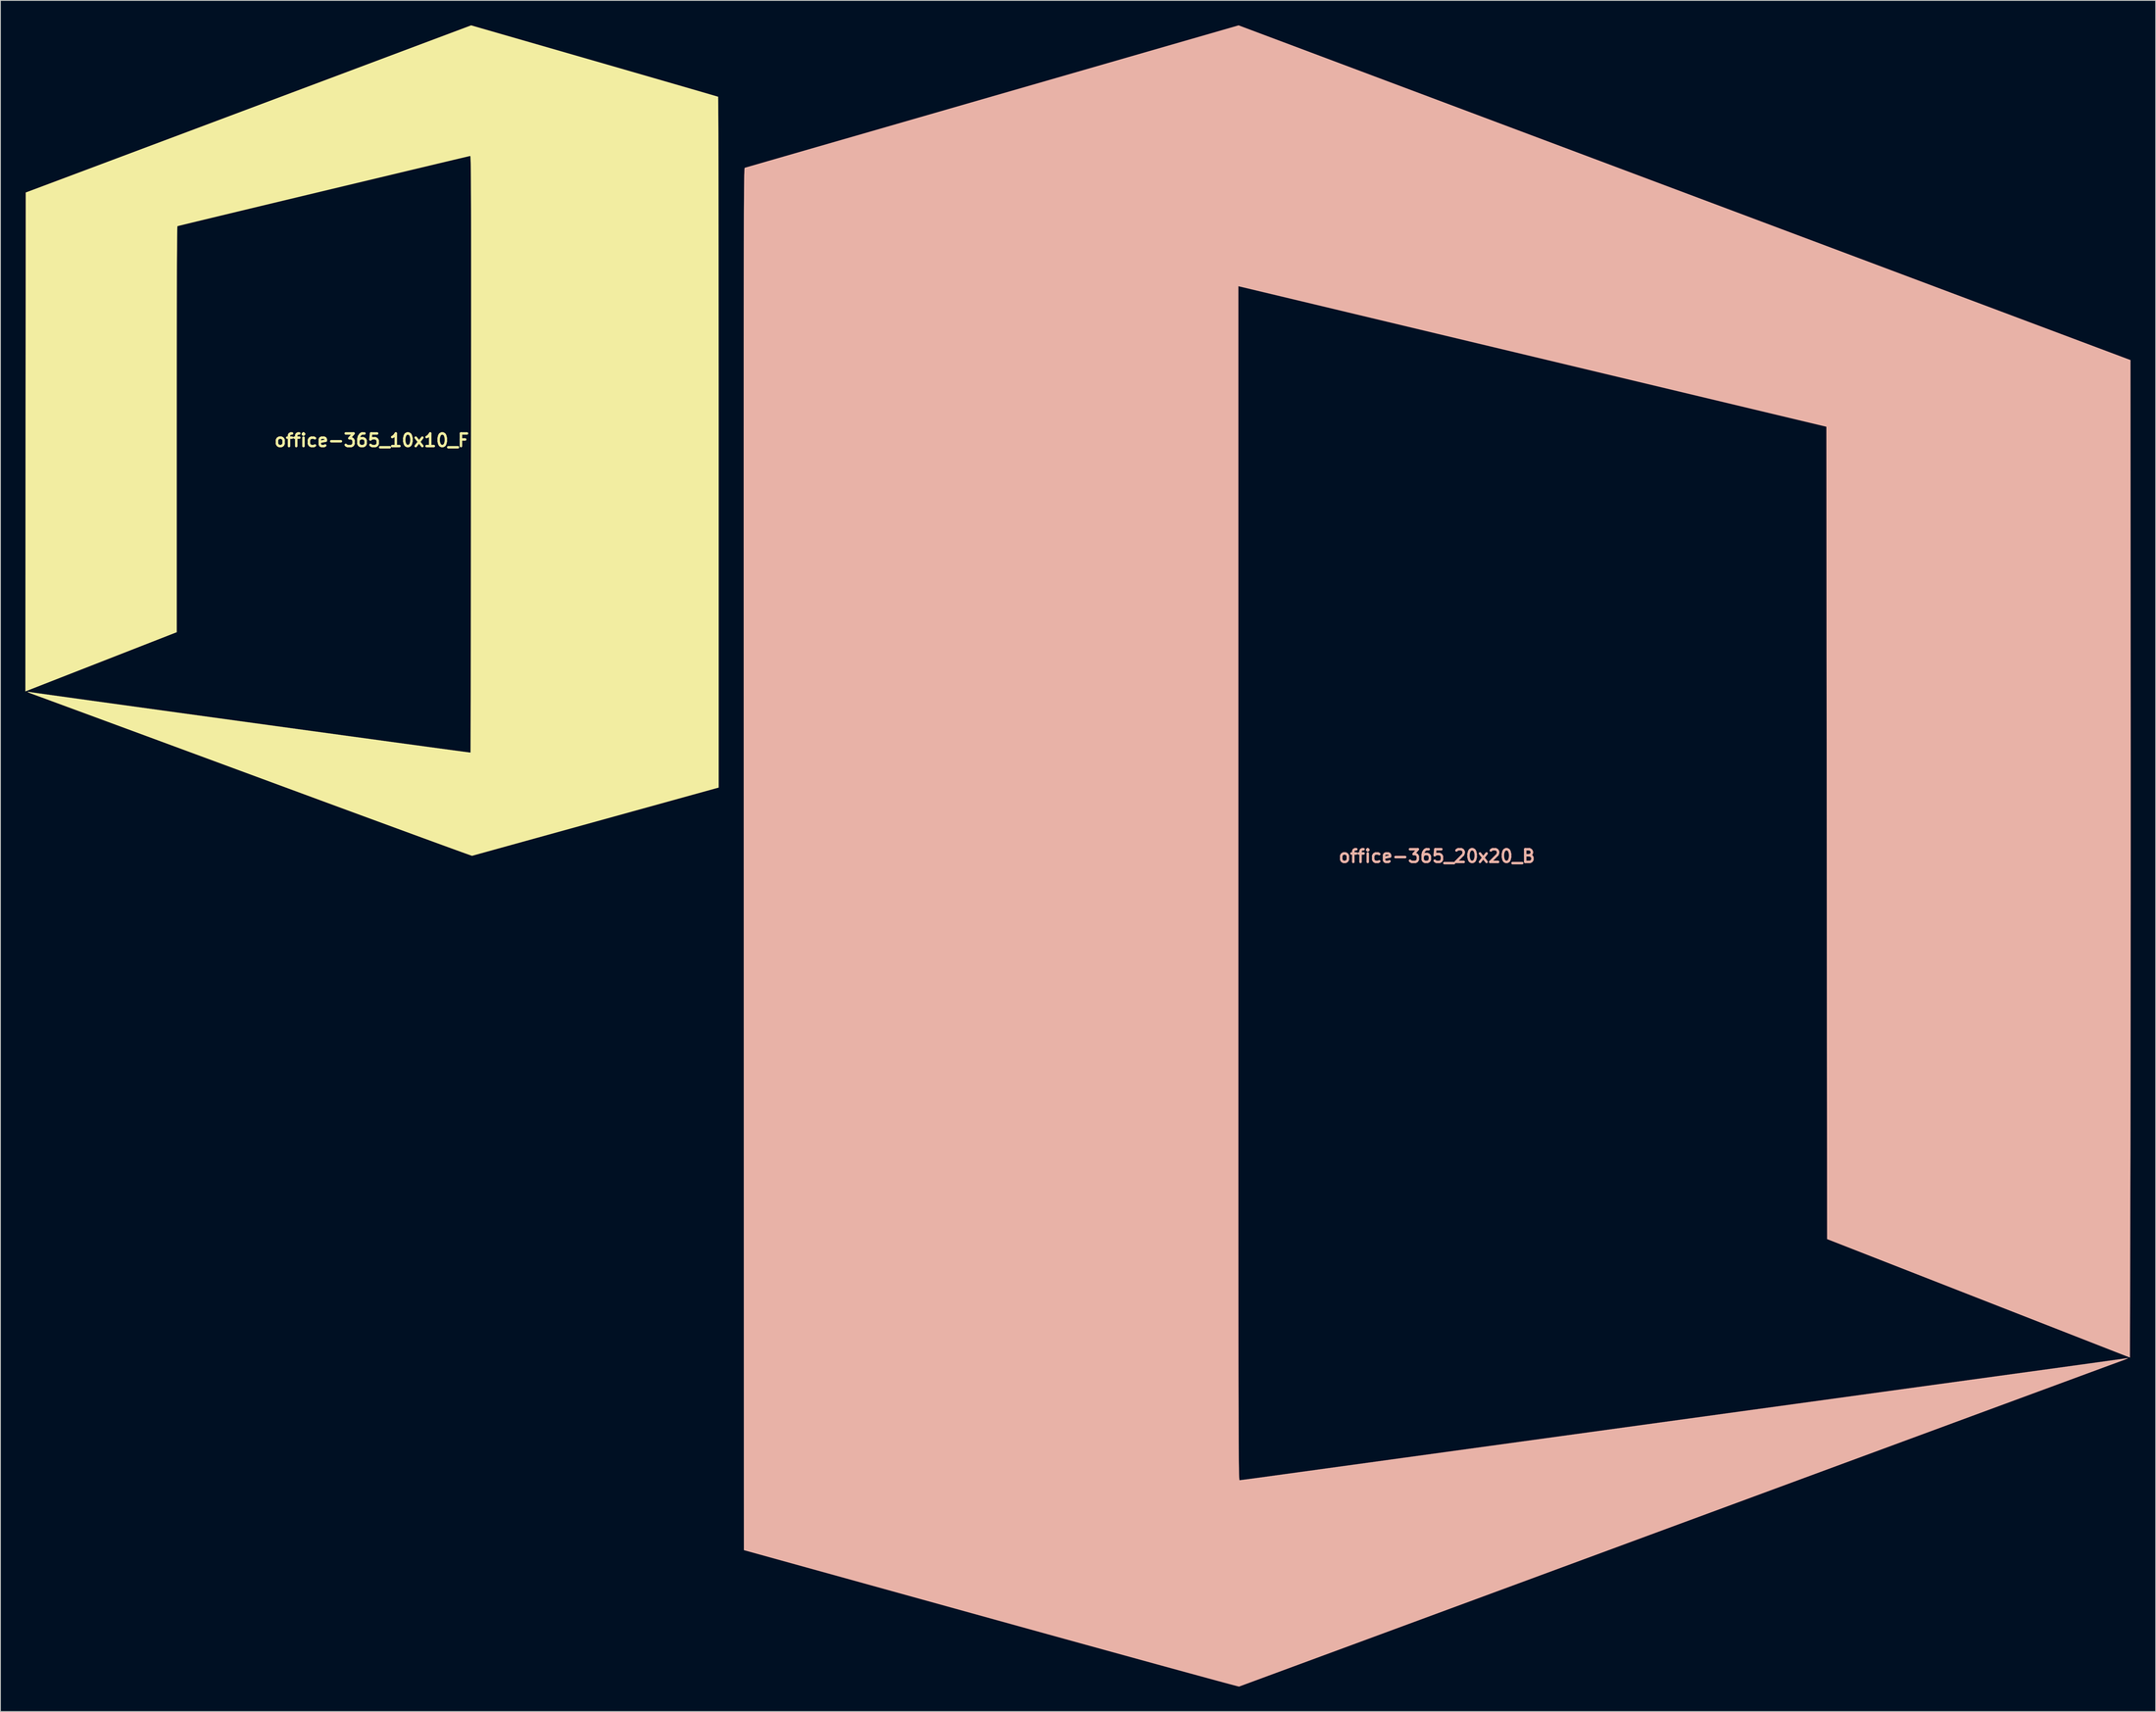
<source format=kicad_pcb>
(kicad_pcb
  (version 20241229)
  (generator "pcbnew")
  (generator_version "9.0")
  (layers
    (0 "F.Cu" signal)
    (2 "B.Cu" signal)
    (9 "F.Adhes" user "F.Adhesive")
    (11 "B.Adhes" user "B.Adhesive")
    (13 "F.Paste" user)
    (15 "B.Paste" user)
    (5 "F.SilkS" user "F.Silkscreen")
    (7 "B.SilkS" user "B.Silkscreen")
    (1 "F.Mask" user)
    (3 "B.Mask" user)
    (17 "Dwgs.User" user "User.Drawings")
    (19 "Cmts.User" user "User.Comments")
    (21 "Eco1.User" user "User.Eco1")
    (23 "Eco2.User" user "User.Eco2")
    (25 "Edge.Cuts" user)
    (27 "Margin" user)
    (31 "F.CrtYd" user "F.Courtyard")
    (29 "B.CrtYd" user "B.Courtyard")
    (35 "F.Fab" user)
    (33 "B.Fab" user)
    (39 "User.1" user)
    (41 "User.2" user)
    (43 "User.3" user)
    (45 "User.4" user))
  (footprint "office-365_10x10_F"
    (layer "F.Cu")
    (at 41.661 49.945)
    (property "Reference" "office-365_10x10_F" (at 0 0 0) (layer "F.SilkS") (effects (font (size 1.524 1.524) (thickness 0.3))))
    (attr through_hole)
    (fp_poly (pts (xy 26.789 -45.663) (xy 28.33 -45.218) (xy 29.828 -44.786) (xy 31.273 -44.368) (xy 32.659 -43.968) (xy 33.978 -43.586) (xy 35.22 -43.227) (xy 36.377 -42.892) (xy 37.443 -42.583) (xy 38.408 -42.303) (xy 39.265 -42.054) (xy 40.004 -41.839) (xy 40.62 -41.659) (xy 41.102 -41.518) (xy 41.443 -41.418) (xy 41.635 -41.36) (xy 41.677 -41.347) (xy 41.681 -41.26) (xy 41.685 -41.01) (xy 41.689 -40.6) (xy 41.693 -40.037) (xy 41.696 -39.324) (xy 41.7 -38.468) (xy 41.704 -37.473) (xy 41.707 -36.345) (xy 41.71 -35.089) (xy 41.714 -33.709) (xy 41.717 -32.211) (xy 41.72 -30.6) (xy 41.722 -28.881) (xy 41.725 -27.06) (xy 41.727 -25.141) (xy 41.73 -23.129) (xy 41.732 -21.031) (xy 41.733 -18.849) (xy 41.735 -16.591) (xy 41.737 -14.261) (xy 41.738 -11.864) (xy 41.739 -9.405) (xy 41.74 -6.89) (xy 41.74 -4.323) (xy 41.741 -1.71) (xy 41.741 0.238) (xy 41.741 41.783) (xy 26.961 45.873) (xy 25.419 46.3) (xy 23.921 46.714) (xy 22.474 47.115) (xy 21.087 47.499) (xy 19.768 47.864) (xy 18.525 48.208) (xy 17.367 48.529) (xy 16.301 48.824) (xy 15.335 49.091) (xy 14.479 49.328) (xy 13.74 49.533) (xy 13.126 49.703) (xy 12.646 49.836) (xy 12.307 49.93) (xy 12.119 49.983) (xy 12.081 49.994) (xy 11.994 49.967) (xy 11.755 49.884) (xy 11.369 49.746) (xy 10.842 49.556) (xy 10.179 49.316) (xy 9.388 49.028) (xy 8.473 48.695) (xy 7.441 48.318) (xy 6.297 47.899) (xy 5.048 47.441) (xy 3.699 46.946) (xy 2.257 46.416) (xy 0.727 45.854) (xy -0.885 45.261) (xy -2.573 44.639) (xy -4.331 43.992) (xy -6.153 43.32) (xy -8.033 42.626) (xy -9.965 41.913) (xy -11.944 41.183) (xy -13.885 40.465) (xy -15.911 39.717) (xy -17.9 38.982) (xy -19.845 38.263) (xy -21.741 37.563) (xy -23.582 36.883) (xy -25.362 36.225) (xy -27.074 35.593) (xy -28.712 34.988) (xy -30.271 34.413) (xy -31.744 33.869) (xy -33.124 33.359) (xy -34.406 32.886) (xy -35.584 32.452) (xy -36.652 32.058) (xy -37.603 31.707) (xy -38.431 31.402) (xy -39.131 31.144) (xy -39.695 30.936) (xy -40.119 30.781) (xy -40.395 30.68) (xy -40.513 30.637) (xy -40.853 30.512) (xy -41.134 30.401) (xy -41.316 30.318) (xy -41.36 30.292) (xy -41.381 30.246) (xy -41.317 30.261) (xy -41.223 30.277) (xy -40.969 30.315) (xy -40.563 30.373) (xy -40.012 30.451) (xy -39.326 30.547) (xy -38.51 30.661) (xy -37.574 30.792) (xy -36.524 30.938) (xy -35.368 31.099) (xy -34.114 31.273) (xy -32.77 31.459) (xy -31.344 31.656) (xy -29.842 31.864) (xy -28.273 32.081) (xy -26.645 32.305) (xy -24.965 32.537) (xy -23.24 32.775) (xy -21.48 33.017) (xy -19.69 33.264) (xy -17.88 33.513) (xy -16.056 33.764) (xy -14.226 34.016) (xy -12.399 34.267) (xy -10.581 34.517) (xy -8.781 34.764) (xy -7.005 35.007) (xy -5.263 35.246) (xy -3.561 35.48) (xy -1.908 35.706) (xy -0.31 35.925) (xy 1.224 36.135) (xy 2.687 36.335) (xy 4.071 36.524) (xy 5.368 36.7) (xy 6.57 36.864) (xy 7.671 37.014) (xy 8.662 37.148) (xy 9.535 37.266) (xy 10.283 37.367) (xy 10.898 37.45) (xy 11.373 37.512) (xy 11.699 37.555) (xy 11.87 37.576) (xy 11.894 37.578) (xy 11.896 37.492) (xy 11.898 37.243) (xy 11.9 36.835) (xy 11.902 36.274) (xy 11.904 35.566) (xy 11.907 34.716) (xy 11.909 33.731) (xy 11.911 32.614) (xy 11.914 31.372) (xy 11.916 30.01) (xy 11.919 28.534) (xy 11.921 26.95) (xy 11.924 25.262) (xy 11.927 23.476) (xy 11.929 21.598) (xy 11.932 19.634) (xy 11.934 17.588) (xy 11.937 15.467) (xy 11.939 13.276) (xy 11.942 11.02) (xy 11.944 8.705) (xy 11.946 6.336) (xy 11.948 3.919) (xy 11.95 1.651) (xy 11.953 -1.309) (xy 11.955 -4.104) (xy 11.957 -6.739) (xy 11.959 -9.219) (xy 11.96 -11.548) (xy 11.961 -13.73) (xy 11.962 -15.771) (xy 11.962 -17.675) (xy 11.962 -19.446) (xy 11.962 -21.089) (xy 11.962 -22.609) (xy 11.961 -24.011) (xy 11.96 -25.298) (xy 11.958 -26.476) (xy 11.956 -27.549) (xy 11.953 -28.522) (xy 11.95 -29.4) (xy 11.947 -30.186) (xy 11.943 -30.886) (xy 11.939 -31.504) (xy 11.934 -32.045) (xy 11.929 -32.514) (xy 11.923 -32.914) (xy 11.917 -33.251) (xy 11.91 -33.53) (xy 11.903 -33.754) (xy 11.895 -33.929) (xy 11.887 -34.059) (xy 11.878 -34.148) (xy 11.868 -34.202) (xy 11.858 -34.225) (xy 11.853 -34.227) (xy 11.742 -34.202) (xy 11.477 -34.141) (xy 11.067 -34.044) (xy 10.522 -33.915) (xy 9.85 -33.756) (xy 9.06 -33.568) (xy 8.163 -33.355) (xy 7.167 -33.117) (xy 6.082 -32.858) (xy 4.916 -32.58) (xy 3.68 -32.284) (xy 2.381 -31.973) (xy 1.03 -31.65) (xy -0.365 -31.316) (xy -1.793 -30.974) (xy -3.247 -30.626) (xy -4.716 -30.274) (xy -6.192 -29.92) (xy -7.665 -29.566) (xy -9.127 -29.216) (xy -10.567 -28.87) (xy -11.976 -28.532) (xy -13.346 -28.203) (xy -14.668 -27.885) (xy -15.931 -27.581) (xy -17.126 -27.294) (xy -18.246 -27.024) (xy -19.279 -26.775) (xy -20.218 -26.548) (xy -21.052 -26.347) (xy -21.773 -26.172) (xy -22.372 -26.027) (xy -22.838 -25.913) (xy -23.164 -25.833) (xy -23.339 -25.789) (xy -23.368 -25.781) (xy -23.378 -25.69) (xy -23.387 -25.431) (xy -23.395 -25.003) (xy -23.403 -24.407) (xy -23.41 -23.643) (xy -23.417 -22.712) (xy -23.423 -21.615) (xy -23.429 -20.351) (xy -23.434 -18.921) (xy -23.438 -17.326) (xy -23.442 -15.566) (xy -23.445 -13.642) (xy -23.448 -11.553) (xy -23.45 -9.3) (xy -23.451 -6.885) (xy -23.452 -4.306) (xy -23.453 -1.566) (xy -23.453 -1.322) (xy -23.453 23.084) (xy -30.459 25.824) (xy -31.555 26.253) (xy -32.648 26.681) (xy -33.722 27.101) (xy -34.76 27.507) (xy -35.747 27.893) (xy -36.667 28.253) (xy -37.502 28.58) (xy -38.237 28.868) (xy -38.857 29.11) (xy -39.344 29.301) (xy -39.561 29.386) (xy -41.656 30.207) (xy -41.635 0.191) (xy -41.614 -29.825) (xy -14.824 -39.882) (xy 11.965 -49.94) (xy 26.789 -45.663)) (stroke (width 0.01) (type solid)) (fill yes) (layer "F.SilkS")))
  (footprint "office-365_20x20_B"
    (layer "F.Cu")
    (at 169.796 99.986)
    (property "Reference" "office-365_20x20_B" (at 0 0 0) (layer "B.SilkS") (effects (font (size 1.524 1.524) (thickness 0.3))))
    (attr through_hole)
    (fp_poly (pts (xy 29.796 -79.842) (xy 83.439 -59.702) (xy 83.465 -23.565) (xy 83.467 -20.834) (xy 83.469 -18.027) (xy 83.47 -15.157) (xy 83.471 -12.234) (xy 83.471 -9.271) (xy 83.471 -6.278) (xy 83.471 -3.268) (xy 83.471 -0.251) (xy 83.47 2.76) (xy 83.469 5.754) (xy 83.467 8.72) (xy 83.466 11.645) (xy 83.464 14.519) (xy 83.461 17.329) (xy 83.459 20.064) (xy 83.456 22.714) (xy 83.453 25.265) (xy 83.45 27.706) (xy 83.446 30.027) (xy 83.443 32.215) (xy 83.439 34.259) (xy 83.435 36.146) (xy 83.434 36.454) (xy 83.376 60.336) (xy 46.948 46.081) (xy 46.905 -2.802) (xy 46.863 -51.684) (xy 11.726 -60.085) (xy 9.328 -60.659) (xy 6.97 -61.223) (xy 4.659 -61.775) (xy 2.399 -62.316) (xy 0.196 -62.842) (xy -1.944 -63.354) (xy -4.016 -63.849) (xy -6.015 -64.327) (xy -7.935 -64.786) (xy -9.772 -65.225) (xy -11.519 -65.643) (xy -13.171 -66.038) (xy -14.723 -66.409) (xy -16.169 -66.755) (xy -17.505 -67.074) (xy -18.724 -67.365) (xy -19.821 -67.628) (xy -20.792 -67.859) (xy -21.63 -68.06) (xy -22.33 -68.227) (xy -22.886 -68.36) (xy -23.295 -68.457) (xy -23.549 -68.518) (xy -23.643 -68.54) (xy -23.876 -68.593) (xy -23.876 3.253) (xy -23.876 7.446) (xy -23.876 11.474) (xy -23.876 15.338) (xy -23.876 19.044) (xy -23.876 22.593) (xy -23.875 25.99) (xy -23.875 29.237) (xy -23.875 32.339) (xy -23.874 35.298) (xy -23.874 38.117) (xy -23.873 40.801) (xy -23.873 43.353) (xy -23.872 45.775) (xy -23.871 48.071) (xy -23.87 50.244) (xy -23.869 52.299) (xy -23.868 54.237) (xy -23.866 56.063) (xy -23.865 57.78) (xy -23.863 59.391) (xy -23.861 60.899) (xy -23.859 62.309) (xy -23.857 63.622) (xy -23.855 64.843) (xy -23.852 65.975) (xy -23.849 67.021) (xy -23.847 67.985) (xy -23.843 68.87) (xy -23.84 69.679) (xy -23.837 70.415) (xy -23.833 71.083) (xy -23.829 71.684) (xy -23.825 72.223) (xy -23.82 72.704) (xy -23.815 73.128) (xy -23.81 73.5) (xy -23.805 73.824) (xy -23.799 74.101) (xy -23.794 74.336) (xy -23.788 74.532) (xy -23.781 74.693) (xy -23.774 74.821) (xy -23.767 74.92) (xy -23.76 74.994) (xy -23.752 75.045) (xy -23.744 75.078) (xy -23.736 75.095) (xy -23.728 75.099) (xy -23.612 75.088) (xy -23.349 75.056) (xy -22.957 75.006) (xy -22.457 74.94) (xy -21.867 74.861) (xy -21.209 74.772) (xy -20.501 74.675) (xy -20.489 74.674) (xy -19.999 74.606) (xy -19.353 74.517) (xy -18.563 74.408) (xy -17.642 74.282) (xy -16.601 74.138) (xy -15.452 73.98) (xy -14.208 73.809) (xy -12.881 73.626) (xy -11.482 73.434) (xy -10.024 73.233) (xy -8.519 73.026) (xy -6.978 72.814) (xy -5.414 72.598) (xy -3.839 72.381) (xy -2.265 72.165) (xy -0.704 71.95) (xy 0.832 71.738) (xy 2.331 71.532) (xy 3.782 71.332) (xy 5.17 71.141) (xy 6.486 70.96) (xy 7.717 70.791) (xy 8.85 70.635) (xy 9.874 70.494) (xy 9.948 70.484) (xy 11.383 70.286) (xy 12.972 70.068) (xy 14.699 69.83) (xy 16.553 69.575) (xy 18.517 69.304) (xy 20.578 69.021) (xy 22.722 68.726) (xy 24.935 68.421) (xy 27.202 68.109) (xy 29.51 67.791) (xy 31.843 67.47) (xy 34.189 67.147) (xy 36.533 66.824) (xy 38.86 66.504) (xy 41.157 66.188) (xy 43.41 65.878) (xy 45 65.659) (xy 46.52 65.45) (xy 48.184 65.221) (xy 49.97 64.975) (xy 51.854 64.716) (xy 53.815 64.446) (xy 55.828 64.169) (xy 57.871 63.888) (xy 59.92 63.606) (xy 61.954 63.327) (xy 63.948 63.052) (xy 65.88 62.787) (xy 67.727 62.533) (xy 69.466 62.294) (xy 69.638 62.27) (xy 71.116 62.067) (xy 72.549 61.87) (xy 73.929 61.68) (xy 75.246 61.498) (xy 76.491 61.326) (xy 77.655 61.165) (xy 78.73 61.016) (xy 79.706 60.881) (xy 80.573 60.76) (xy 81.323 60.655) (xy 81.947 60.568) (xy 82.436 60.499) (xy 82.78 60.45) (xy 82.97 60.422) (xy 83.007 60.416) (xy 83.132 60.395) (xy 83.121 60.423) (xy 82.995 60.49) (xy 82.774 60.584) (xy 82.481 60.696) (xy 82.381 60.731) (xy 82.267 60.772) (xy 81.998 60.871) (xy 81.58 61.025) (xy 81.014 61.233) (xy 80.307 61.493) (xy 79.462 61.805) (xy 78.483 62.165) (xy 77.375 62.574) (xy 76.142 63.029) (xy 74.787 63.529) (xy 73.316 64.072) (xy 71.731 64.656) (xy 70.039 65.281) (xy 68.242 65.944) (xy 66.344 66.644) (xy 64.351 67.38) (xy 62.266 68.15) (xy 60.094 68.952) (xy 57.838 69.784) (xy 55.503 70.646) (xy 53.094 71.536) (xy 50.613 72.452) (xy 48.066 73.392) (xy 45.456 74.356) (xy 42.788 75.341) (xy 40.067 76.346) (xy 37.295 77.37) (xy 34.478 78.41) (xy 31.62 79.466) (xy 29.041 80.418) (xy 26.153 81.485) (xy 23.304 82.537) (xy 20.498 83.574) (xy 17.739 84.593) (xy 15.032 85.592) (xy 12.381 86.572) (xy 9.79 87.529) (xy 7.262 88.462) (xy 4.803 89.371) (xy 2.415 90.252) (xy 0.104 91.106) (xy -2.126 91.93) (xy -4.272 92.722) (xy -6.329 93.482) (xy -8.293 94.207) (xy -10.161 94.897) (xy -11.926 95.549) (xy -13.587 96.162) (xy -15.138 96.735) (xy -16.576 97.266) (xy -17.896 97.753) (xy -19.093 98.196) (xy -20.165 98.591) (xy -21.107 98.939) (xy -21.914 99.237) (xy -22.583 99.484) (xy -23.11 99.679) (xy -23.489 99.819) (xy -23.718 99.903) (xy -23.791 99.93) (xy -23.881 99.911) (xy -24.129 99.848) (xy -24.528 99.743) (xy -25.073 99.598) (xy -25.758 99.414) (xy -26.578 99.192) (xy -27.526 98.934) (xy -28.597 98.642) (xy -29.785 98.318) (xy -31.085 97.962) (xy -32.49 97.577) (xy -33.995 97.164) (xy -35.594 96.725) (xy -37.282 96.26) (xy -39.052 95.773) (xy -40.899 95.264) (xy -42.817 94.735) (xy -44.8 94.188) (xy -46.843 93.623) (xy -48.939 93.044) (xy -51.084 92.45) (xy -53.271 91.845) (xy -53.636 91.743) (xy -83.354 83.512) (xy -83.376 0.36) (xy -83.377 -4.158) (xy -83.378 -8.509) (xy -83.379 -12.698) (xy -83.38 -16.726) (xy -83.381 -20.597) (xy -83.381 -24.315) (xy -83.382 -27.881) (xy -83.383 -31.301) (xy -83.383 -34.576) (xy -83.384 -37.709) (xy -83.384 -40.704) (xy -83.384 -43.564) (xy -83.384 -46.292) (xy -83.384 -48.891) (xy -83.384 -51.365) (xy -83.383 -53.715) (xy -83.383 -55.946) (xy -83.382 -58.061) (xy -83.382 -60.062) (xy -83.381 -61.953) (xy -83.38 -63.737) (xy -83.379 -65.416) (xy -83.377 -66.995) (xy -83.376 -68.476) (xy -83.374 -69.862) (xy -83.372 -71.156) (xy -83.37 -72.362) (xy -83.368 -73.483) (xy -83.365 -74.521) (xy -83.363 -75.481) (xy -83.36 -76.364) (xy -83.357 -77.174) (xy -83.354 -77.914) (xy -83.35 -78.587) (xy -83.346 -79.197) (xy -83.342 -79.747) (xy -83.338 -80.238) (xy -83.334 -80.676) (xy -83.329 -81.062) (xy -83.324 -81.401) (xy -83.319 -81.694) (xy -83.314 -81.945) (xy -83.308 -82.158) (xy -83.302 -82.335) (xy -83.296 -82.479) (xy -83.29 -82.594) (xy -83.283 -82.683) (xy -83.276 -82.748) (xy -83.269 -82.794) (xy -83.261 -82.822) (xy -83.253 -82.836) (xy -83.249 -82.84) (xy -83.157 -82.866) (xy -82.909 -82.938) (xy -82.509 -83.054) (xy -81.964 -83.211) (xy -81.279 -83.409) (xy -80.461 -83.646) (xy -79.514 -83.919) (xy -78.444 -84.228) (xy -77.258 -84.57) (xy -75.961 -84.945) (xy -74.558 -85.35) (xy -73.056 -85.783) (xy -71.461 -86.244) (xy -69.777 -86.729) (xy -68.011 -87.239) (xy -66.168 -87.771) (xy -64.255 -88.323) (xy -62.277 -88.894) (xy -60.239 -89.482) (xy -58.148 -90.085) (xy -56.009 -90.702) (xy -53.828 -91.331) (xy -53.473 -91.434) (xy -23.846 -99.981) (xy 29.796 -79.842)) (stroke (width 0.01) (type solid)) (fill yes) (layer "B.SilkS")))
  (gr_rect
    (start -3 -3)
    (end 256.272 202.921)
    (stroke (width 0.1) (type default))
    (fill no)
    (layer "Edge.Cuts")))
</source>
